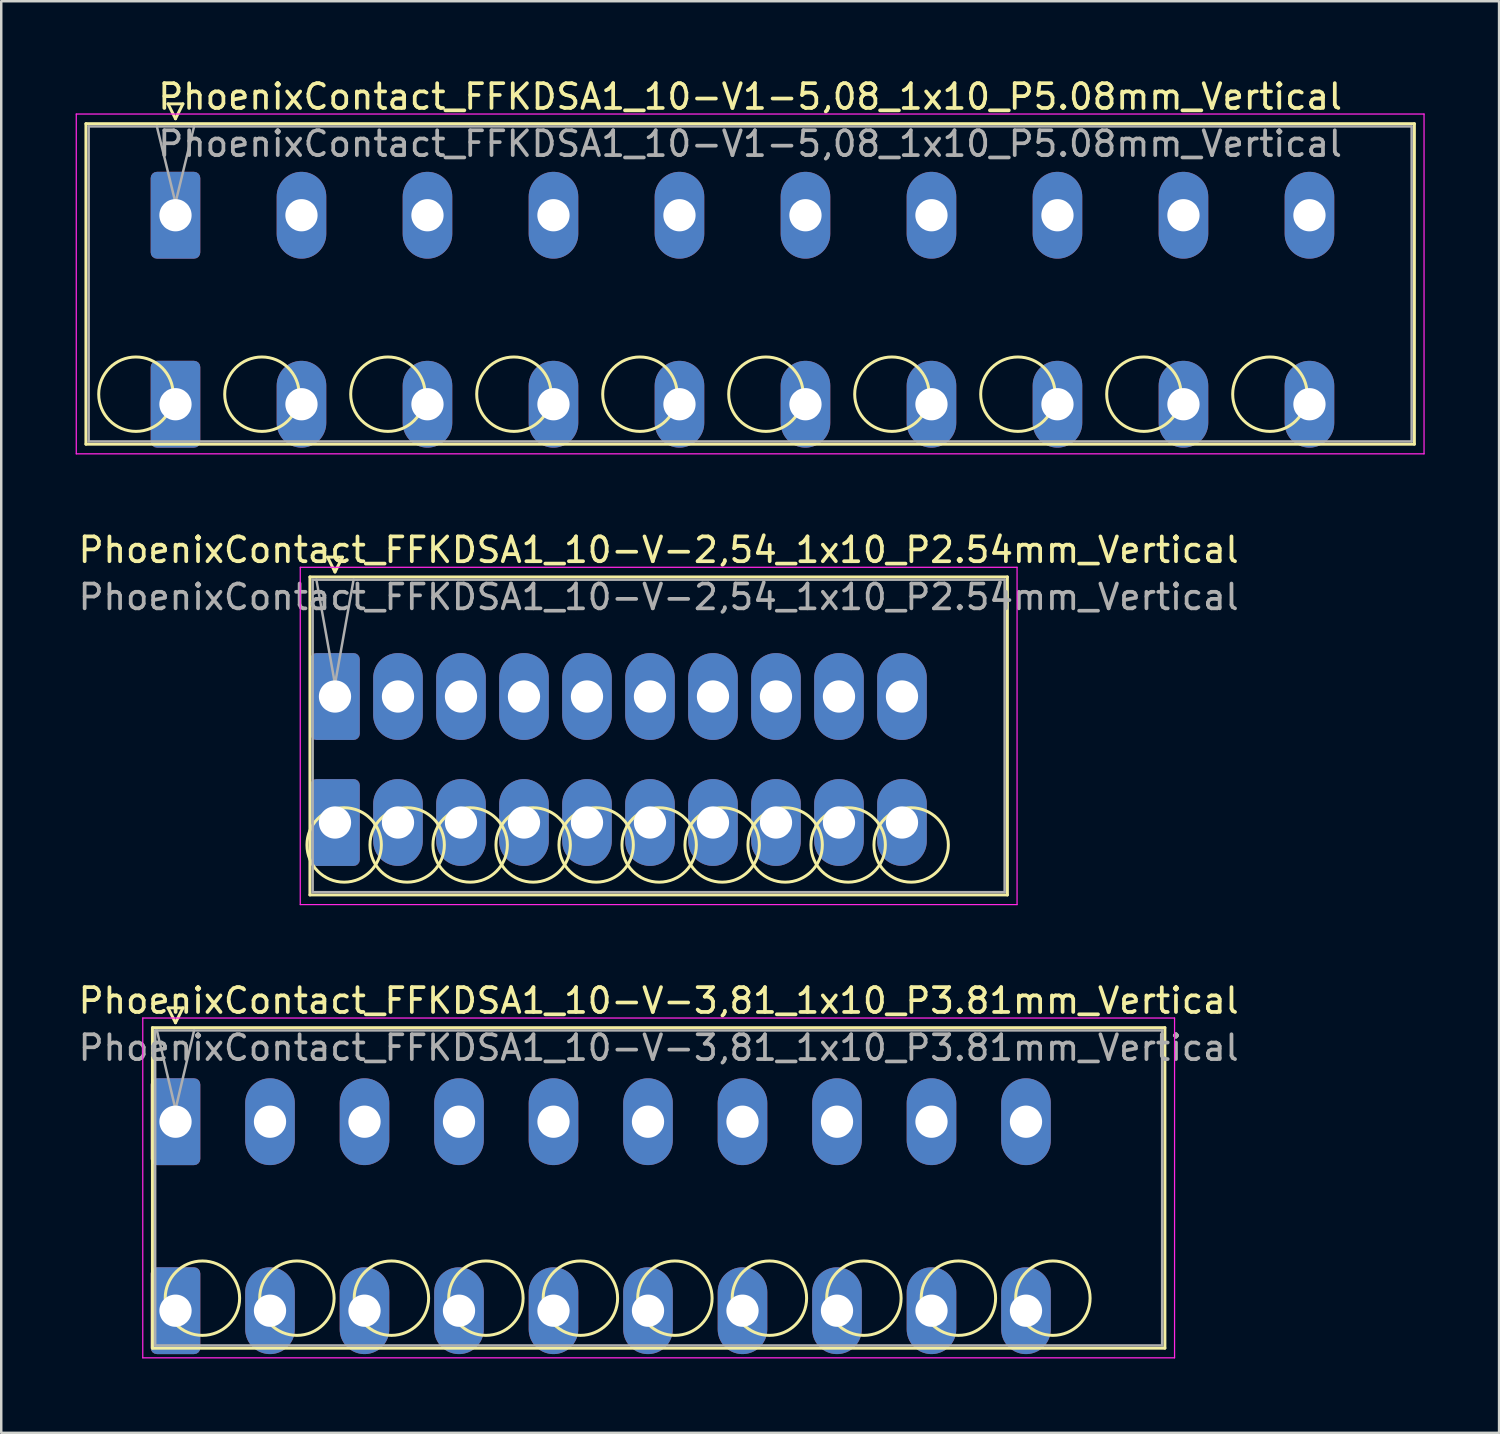
<source format=kicad_pcb>
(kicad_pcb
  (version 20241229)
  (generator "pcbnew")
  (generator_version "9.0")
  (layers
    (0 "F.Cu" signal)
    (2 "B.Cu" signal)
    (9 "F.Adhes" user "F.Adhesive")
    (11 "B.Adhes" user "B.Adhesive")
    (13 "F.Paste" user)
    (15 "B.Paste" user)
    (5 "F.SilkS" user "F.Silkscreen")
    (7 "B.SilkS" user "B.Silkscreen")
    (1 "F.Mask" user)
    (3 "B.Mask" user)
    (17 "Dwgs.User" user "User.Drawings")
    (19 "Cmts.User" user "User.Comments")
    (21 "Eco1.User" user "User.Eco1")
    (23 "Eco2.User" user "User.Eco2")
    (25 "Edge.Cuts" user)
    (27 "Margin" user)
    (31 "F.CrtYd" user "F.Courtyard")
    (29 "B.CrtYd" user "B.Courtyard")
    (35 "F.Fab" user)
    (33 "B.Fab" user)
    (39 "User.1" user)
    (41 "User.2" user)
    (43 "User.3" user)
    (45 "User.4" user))
  (footprint "PhoenixContact_FFKDSA1_10-V-3,81_1x10_P3.81mm_Vertical"
    (layer "F.Cu")
    (at 4.026 42.175)
    (property "Reference" "PhoenixContact_FFKDSA1_10-V-3,81_1x10_P3.81mm_Vertical" (at 19.48 -4.88 0) (layer "F.SilkS") (effects (font (size 1 1) (thickness 0.15))))
    (attr through_hole)
    (fp_line (start -0.93 -3.79) (end -0.93 9.13) (stroke (width 0.12) (type solid)) (layer "F.SilkS"))
    (fp_line (start -0.93 9.13) (end 39.89 9.13) (stroke (width 0.12) (type solid)) (layer "F.SilkS"))
    (fp_line (start -0.3 -4.59) (end 0.3 -4.59) (stroke (width 0.12) (type solid)) (layer "F.SilkS"))
    (fp_line (start 0 -3.99) (end -0.3 -4.59) (stroke (width 0.12) (type solid)) (layer "F.SilkS"))
    (fp_line (start 0.3 -4.59) (end 0 -3.99) (stroke (width 0.12) (type solid)) (layer "F.SilkS"))
    (fp_line (start 39.89 -3.79) (end -0.93 -3.79) (stroke (width 0.12) (type solid)) (layer "F.SilkS"))
    (fp_line (start 39.89 9.13) (end 39.89 -3.79) (stroke (width 0.12) (type solid)) (layer "F.SilkS"))
    (fp_circle (center 1.085 7.115) (end 2.585 7.115) (stroke (width 0.12) (type solid)) (fill no) (layer "F.SilkS"))
    (fp_circle (center 4.895 7.115) (end 6.395 7.115) (stroke (width 0.12) (type solid)) (fill no) (layer "F.SilkS"))
    (fp_circle (center 8.705 7.115) (end 10.205 7.115) (stroke (width 0.12) (type solid)) (fill no) (layer "F.SilkS"))
    (fp_circle (center 12.515 7.115) (end 14.015 7.115) (stroke (width 0.12) (type solid)) (fill no) (layer "F.SilkS"))
    (fp_circle (center 16.325 7.115) (end 17.825 7.115) (stroke (width 0.12) (type solid)) (fill no) (layer "F.SilkS"))
    (fp_circle (center 20.135 7.115) (end 21.635 7.115) (stroke (width 0.12) (type solid)) (fill no) (layer "F.SilkS"))
    (fp_circle (center 23.945 7.115) (end 25.445 7.115) (stroke (width 0.12) (type solid)) (fill no) (layer "F.SilkS"))
    (fp_circle (center 27.755 7.115) (end 29.255 7.115) (stroke (width 0.12) (type solid)) (fill no) (layer "F.SilkS"))
    (fp_circle (center 31.565 7.115) (end 33.065 7.115) (stroke (width 0.12) (type solid)) (fill no) (layer "F.SilkS"))
    (fp_circle (center 35.375 7.115) (end 36.875 7.115) (stroke (width 0.12) (type solid)) (fill no) (layer "F.SilkS"))
    (fp_line (start -1.32 -4.18) (end -1.32 9.52) (stroke (width 0.05) (type solid)) (layer "F.CrtYd"))
    (fp_line (start -1.32 9.52) (end 40.28 9.52) (stroke (width 0.05) (type solid)) (layer "F.CrtYd"))
    (fp_line (start 40.28 -4.18) (end -1.32 -4.18) (stroke (width 0.05) (type solid)) (layer "F.CrtYd"))
    (fp_line (start 40.28 9.52) (end 40.28 -4.18) (stroke (width 0.05) (type solid)) (layer "F.CrtYd"))
    (fp_line (start -0.82 -3.68) (end -0.82 9.02) (stroke (width 0.1) (type solid)) (layer "F.Fab"))
    (fp_line (start -0.82 9.02) (end 39.78 9.02) (stroke (width 0.1) (type solid)) (layer "F.Fab"))
    (fp_line (start 0 -0.5) (end -0.75 -3.68) (stroke (width 0.1) (type solid)) (layer "F.Fab"))
    (fp_line (start 0.75 -3.68) (end 0 -0.5) (stroke (width 0.1) (type solid)) (layer "F.Fab"))
    (fp_line (start 39.78 -3.68) (end -0.82 -3.68) (stroke (width 0.1) (type solid)) (layer "F.Fab"))
    (fp_line (start 39.78 9.02) (end 39.78 -3.68) (stroke (width 0.1) (type solid)) (layer "F.Fab"))
    (fp_text user "${REFERENCE}" (at 19.48 -2.98 0) (layer "F.Fab") (effects (font (size 1 1) (thickness 0.15))))
    (pad "1" thru_hole roundrect (at 0 0) (size 2 3.5) (drill 1.3) (layers "*.Cu" "*.Mask") (roundrect_rratio 0.125))
    (pad "1" thru_hole roundrect (at 0 7.62) (size 2 3.5) (drill 1.3) (layers "*.Cu" "*.Mask") (roundrect_rratio 0.125))
    (pad "2" thru_hole oval (at 3.81 0) (size 2 3.5) (drill 1.3) (layers "*.Cu" "*.Mask"))
    (pad "2" thru_hole oval (at 3.81 7.62) (size 2 3.5) (drill 1.3) (layers "*.Cu" "*.Mask"))
    (pad "3" thru_hole oval (at 7.62 0) (size 2 3.5) (drill 1.3) (layers "*.Cu" "*.Mask"))
    (pad "3" thru_hole oval (at 7.62 7.62) (size 2 3.5) (drill 1.3) (layers "*.Cu" "*.Mask"))
    (pad "4" thru_hole oval (at 11.43 0) (size 2 3.5) (drill 1.3) (layers "*.Cu" "*.Mask"))
    (pad "4" thru_hole oval (at 11.43 7.62) (size 2 3.5) (drill 1.3) (layers "*.Cu" "*.Mask"))
    (pad "5" thru_hole oval (at 15.24 0) (size 2 3.5) (drill 1.3) (layers "*.Cu" "*.Mask"))
    (pad "5" thru_hole oval (at 15.24 7.62) (size 2 3.5) (drill 1.3) (layers "*.Cu" "*.Mask"))
    (pad "6" thru_hole oval (at 19.05 0) (size 2 3.5) (drill 1.3) (layers "*.Cu" "*.Mask"))
    (pad "6" thru_hole oval (at 19.05 7.62) (size 2 3.5) (drill 1.3) (layers "*.Cu" "*.Mask"))
    (pad "7" thru_hole oval (at 22.86 0) (size 2 3.5) (drill 1.3) (layers "*.Cu" "*.Mask"))
    (pad "7" thru_hole oval (at 22.86 7.62) (size 2 3.5) (drill 1.3) (layers "*.Cu" "*.Mask"))
    (pad "8" thru_hole oval (at 26.67 0) (size 2 3.5) (drill 1.3) (layers "*.Cu" "*.Mask"))
    (pad "8" thru_hole oval (at 26.67 7.62) (size 2 3.5) (drill 1.3) (layers "*.Cu" "*.Mask"))
    (pad "9" thru_hole oval (at 30.48 0) (size 2 3.5) (drill 1.3) (layers "*.Cu" "*.Mask"))
    (pad "9" thru_hole oval (at 30.48 7.62) (size 2 3.5) (drill 1.3) (layers "*.Cu" "*.Mask"))
    (pad "10" thru_hole oval (at 34.29 0) (size 2 3.5) (drill 1.3) (layers "*.Cu" "*.Mask"))
    (pad "10" thru_hole oval (at 34.29 7.62) (size 2 3.5) (drill 1.3) (layers "*.Cu" "*.Mask")))
  (footprint "PhoenixContact_FFKDSA1_10-V-2,54_1x10_P2.54mm_Vertical"
    (layer "F.Cu")
    (at 10.456 25.032)
    (property "Reference" "PhoenixContact_FFKDSA1_10-V-2,54_1x10_P2.54mm_Vertical" (at 13.05 -5.91 0) (layer "F.SilkS") (effects (font (size 1 1) (thickness 0.15))))
    (attr through_hole)
    (fp_line (start -1.01 -4.82) (end -1.01 8) (stroke (width 0.12) (type solid)) (layer "F.SilkS"))
    (fp_line (start -1.01 8) (end 27.11 8) (stroke (width 0.12) (type solid)) (layer "F.SilkS"))
    (fp_line (start -0.3 -5.62) (end 0.3 -5.62) (stroke (width 0.12) (type solid)) (layer "F.SilkS"))
    (fp_line (start 0 -5.02) (end -0.3 -5.62) (stroke (width 0.12) (type solid)) (layer "F.SilkS"))
    (fp_line (start 0.3 -5.62) (end 0 -5.02) (stroke (width 0.12) (type solid)) (layer "F.SilkS"))
    (fp_line (start 27.11 -4.82) (end -1.01 -4.82) (stroke (width 0.12) (type solid)) (layer "F.SilkS"))
    (fp_line (start 27.11 8) (end 27.11 -4.82) (stroke (width 0.12) (type solid)) (layer "F.SilkS"))
    (fp_circle (center 0.37 5.985) (end 1.87 5.985) (stroke (width 0.12) (type solid)) (fill no) (layer "F.SilkS"))
    (fp_circle (center 2.91 5.985) (end 4.41 5.985) (stroke (width 0.12) (type solid)) (fill no) (layer "F.SilkS"))
    (fp_circle (center 5.45 5.985) (end 6.95 5.985) (stroke (width 0.12) (type solid)) (fill no) (layer "F.SilkS"))
    (fp_circle (center 7.99 5.985) (end 9.49 5.985) (stroke (width 0.12) (type solid)) (fill no) (layer "F.SilkS"))
    (fp_circle (center 10.53 5.985) (end 12.03 5.985) (stroke (width 0.12) (type solid)) (fill no) (layer "F.SilkS"))
    (fp_circle (center 13.07 5.985) (end 14.57 5.985) (stroke (width 0.12) (type solid)) (fill no) (layer "F.SilkS"))
    (fp_circle (center 15.61 5.985) (end 17.11 5.985) (stroke (width 0.12) (type solid)) (fill no) (layer "F.SilkS"))
    (fp_circle (center 18.15 5.985) (end 19.65 5.985) (stroke (width 0.12) (type solid)) (fill no) (layer "F.SilkS"))
    (fp_circle (center 20.69 5.985) (end 22.19 5.985) (stroke (width 0.12) (type solid)) (fill no) (layer "F.SilkS"))
    (fp_circle (center 23.23 5.985) (end 24.73 5.985) (stroke (width 0.12) (type solid)) (fill no) (layer "F.SilkS"))
    (fp_line (start -1.4 -5.21) (end -1.4 8.39) (stroke (width 0.05) (type solid)) (layer "F.CrtYd"))
    (fp_line (start -1.4 8.39) (end 27.5 8.39) (stroke (width 0.05) (type solid)) (layer "F.CrtYd"))
    (fp_line (start 27.5 -5.21) (end -1.4 -5.21) (stroke (width 0.05) (type solid)) (layer "F.CrtYd"))
    (fp_line (start 27.5 8.39) (end 27.5 -5.21) (stroke (width 0.05) (type solid)) (layer "F.CrtYd"))
    (fp_line (start -0.9 -4.71) (end -0.9 7.89) (stroke (width 0.1) (type solid)) (layer "F.Fab"))
    (fp_line (start -0.9 7.89) (end 27 7.89) (stroke (width 0.1) (type solid)) (layer "F.Fab"))
    (fp_line (start 0 -0.5) (end -0.75 -4.71) (stroke (width 0.1) (type solid)) (layer "F.Fab"))
    (fp_line (start 0.75 -4.71) (end 0 -0.5) (stroke (width 0.1) (type solid)) (layer "F.Fab"))
    (fp_line (start 27 -4.71) (end -0.9 -4.71) (stroke (width 0.1) (type solid)) (layer "F.Fab"))
    (fp_line (start 27 7.89) (end 27 -4.71) (stroke (width 0.1) (type solid)) (layer "F.Fab"))
    (fp_text user "${REFERENCE}" (at 13.05 -4.01 0) (layer "F.Fab") (effects (font (size 1 1) (thickness 0.15))))
    (pad "1" thru_hole roundrect (at 0 0) (size 2 3.5) (drill 1.3) (layers "*.Cu" "*.Mask") (roundrect_rratio 0.125))
    (pad "1" thru_hole roundrect (at 0 5.08) (size 2 3.5) (drill 1.3) (layers "*.Cu" "*.Mask") (roundrect_rratio 0.125))
    (pad "2" thru_hole oval (at 2.54 0) (size 2 3.5) (drill 1.3) (layers "*.Cu" "*.Mask"))
    (pad "2" thru_hole oval (at 2.54 5.08) (size 2 3.5) (drill 1.3) (layers "*.Cu" "*.Mask"))
    (pad "3" thru_hole oval (at 5.08 0) (size 2 3.5) (drill 1.3) (layers "*.Cu" "*.Mask"))
    (pad "3" thru_hole oval (at 5.08 5.08) (size 2 3.5) (drill 1.3) (layers "*.Cu" "*.Mask"))
    (pad "4" thru_hole oval (at 7.62 0) (size 2 3.5) (drill 1.3) (layers "*.Cu" "*.Mask"))
    (pad "4" thru_hole oval (at 7.62 5.08) (size 2 3.5) (drill 1.3) (layers "*.Cu" "*.Mask"))
    (pad "5" thru_hole oval (at 10.16 0) (size 2 3.5) (drill 1.3) (layers "*.Cu" "*.Mask"))
    (pad "5" thru_hole oval (at 10.16 5.08) (size 2 3.5) (drill 1.3) (layers "*.Cu" "*.Mask"))
    (pad "6" thru_hole oval (at 12.7 0) (size 2 3.5) (drill 1.3) (layers "*.Cu" "*.Mask"))
    (pad "6" thru_hole oval (at 12.7 5.08) (size 2 3.5) (drill 1.3) (layers "*.Cu" "*.Mask"))
    (pad "7" thru_hole oval (at 15.24 0) (size 2 3.5) (drill 1.3) (layers "*.Cu" "*.Mask"))
    (pad "7" thru_hole oval (at 15.24 5.08) (size 2 3.5) (drill 1.3) (layers "*.Cu" "*.Mask"))
    (pad "8" thru_hole oval (at 17.78 0) (size 2 3.5) (drill 1.3) (layers "*.Cu" "*.Mask"))
    (pad "8" thru_hole oval (at 17.78 5.08) (size 2 3.5) (drill 1.3) (layers "*.Cu" "*.Mask"))
    (pad "9" thru_hole oval (at 20.32 0) (size 2 3.5) (drill 1.3) (layers "*.Cu" "*.Mask"))
    (pad "9" thru_hole oval (at 20.32 5.08) (size 2 3.5) (drill 1.3) (layers "*.Cu" "*.Mask"))
    (pad "10" thru_hole oval (at 22.86 0) (size 2 3.5) (drill 1.3) (layers "*.Cu" "*.Mask"))
    (pad "10" thru_hole oval (at 22.86 5.08) (size 2 3.5) (drill 1.3) (layers "*.Cu" "*.Mask")))
  (footprint "PhoenixContact_FFKDSA1_10-V1-5,08_1x10_P5.08mm_Vertical"
    (layer "F.Cu")
    (at 4.025 5.628)
    (property "Reference" "PhoenixContact_FFKDSA1_10-V1-5,08_1x10_P5.08mm_Vertical" (at 23.17 -4.78 0) (layer "F.SilkS") (effects (font (size 1 1) (thickness 0.15))))
    (attr through_hole)
    (fp_line (start -3.61 -3.69) (end -3.61 9.23) (stroke (width 0.12) (type solid)) (layer "F.SilkS"))
    (fp_line (start -3.61 9.23) (end 49.95 9.23) (stroke (width 0.12) (type solid)) (layer "F.SilkS"))
    (fp_line (start -0.3 -4.49) (end 0.3 -4.49) (stroke (width 0.12) (type solid)) (layer "F.SilkS"))
    (fp_line (start 0 -3.89) (end -0.3 -4.49) (stroke (width 0.12) (type solid)) (layer "F.SilkS"))
    (fp_line (start 0.3 -4.49) (end 0 -3.89) (stroke (width 0.12) (type solid)) (layer "F.SilkS"))
    (fp_line (start 49.95 -3.69) (end -3.61 -3.69) (stroke (width 0.12) (type solid)) (layer "F.SilkS"))
    (fp_line (start 49.95 9.23) (end 49.95 -3.69) (stroke (width 0.12) (type solid)) (layer "F.SilkS"))
    (fp_circle (center -1.595 7.215) (end -0.095 7.215) (stroke (width 0.12) (type solid)) (fill no) (layer "F.SilkS"))
    (fp_circle (center 3.485 7.215) (end 4.985 7.215) (stroke (width 0.12) (type solid)) (fill no) (layer "F.SilkS"))
    (fp_circle (center 8.565 7.215) (end 10.065 7.215) (stroke (width 0.12) (type solid)) (fill no) (layer "F.SilkS"))
    (fp_circle (center 13.645 7.215) (end 15.145 7.215) (stroke (width 0.12) (type solid)) (fill no) (layer "F.SilkS"))
    (fp_circle (center 18.725 7.215) (end 20.225 7.215) (stroke (width 0.12) (type solid)) (fill no) (layer "F.SilkS"))
    (fp_circle (center 23.805 7.215) (end 25.305 7.215) (stroke (width 0.12) (type solid)) (fill no) (layer "F.SilkS"))
    (fp_circle (center 28.885 7.215) (end 30.385 7.215) (stroke (width 0.12) (type solid)) (fill no) (layer "F.SilkS"))
    (fp_circle (center 33.965 7.215) (end 35.465 7.215) (stroke (width 0.12) (type solid)) (fill no) (layer "F.SilkS"))
    (fp_circle (center 39.045 7.215) (end 40.545 7.215) (stroke (width 0.12) (type solid)) (fill no) (layer "F.SilkS"))
    (fp_circle (center 44.125 7.215) (end 45.625 7.215) (stroke (width 0.12) (type solid)) (fill no) (layer "F.SilkS"))
    (fp_line (start -4 -4.08) (end -4 9.62) (stroke (width 0.05) (type solid)) (layer "F.CrtYd"))
    (fp_line (start -4 9.62) (end 50.34 9.62) (stroke (width 0.05) (type solid)) (layer "F.CrtYd"))
    (fp_line (start 50.34 -4.08) (end -4 -4.08) (stroke (width 0.05) (type solid)) (layer "F.CrtYd"))
    (fp_line (start 50.34 9.62) (end 50.34 -4.08) (stroke (width 0.05) (type solid)) (layer "F.CrtYd"))
    (fp_line (start -3.5 -3.58) (end -3.5 9.12) (stroke (width 0.1) (type solid)) (layer "F.Fab"))
    (fp_line (start -3.5 9.12) (end 49.84 9.12) (stroke (width 0.1) (type solid)) (layer "F.Fab"))
    (fp_line (start 0 -0.5) (end -0.75 -3.58) (stroke (width 0.1) (type solid)) (layer "F.Fab"))
    (fp_line (start 0.75 -3.58) (end 0 -0.5) (stroke (width 0.1) (type solid)) (layer "F.Fab"))
    (fp_line (start 49.84 -3.58) (end -3.5 -3.58) (stroke (width 0.1) (type solid)) (layer "F.Fab"))
    (fp_line (start 49.84 9.12) (end 49.84 -3.58) (stroke (width 0.1) (type solid)) (layer "F.Fab"))
    (fp_text user "${REFERENCE}" (at 23.17 -2.88 0) (layer "F.Fab") (effects (font (size 1 1) (thickness 0.15))))
    (pad "1" thru_hole roundrect (at 0 0) (size 2 3.5) (drill 1.3) (layers "*.Cu" "*.Mask") (roundrect_rratio 0.125))
    (pad "1" thru_hole roundrect (at 0 7.62) (size 2 3.5) (drill 1.3) (layers "*.Cu" "*.Mask") (roundrect_rratio 0.125))
    (pad "2" thru_hole oval (at 5.08 0) (size 2 3.5) (drill 1.3) (layers "*.Cu" "*.Mask"))
    (pad "2" thru_hole oval (at 5.08 7.62) (size 2 3.5) (drill 1.3) (layers "*.Cu" "*.Mask"))
    (pad "3" thru_hole oval (at 10.16 0) (size 2 3.5) (drill 1.3) (layers "*.Cu" "*.Mask"))
    (pad "3" thru_hole oval (at 10.16 7.62) (size 2 3.5) (drill 1.3) (layers "*.Cu" "*.Mask"))
    (pad "4" thru_hole oval (at 15.24 0) (size 2 3.5) (drill 1.3) (layers "*.Cu" "*.Mask"))
    (pad "4" thru_hole oval (at 15.24 7.62) (size 2 3.5) (drill 1.3) (layers "*.Cu" "*.Mask"))
    (pad "5" thru_hole oval (at 20.32 0) (size 2 3.5) (drill 1.3) (layers "*.Cu" "*.Mask"))
    (pad "5" thru_hole oval (at 20.32 7.62) (size 2 3.5) (drill 1.3) (layers "*.Cu" "*.Mask"))
    (pad "6" thru_hole oval (at 25.4 0) (size 2 3.5) (drill 1.3) (layers "*.Cu" "*.Mask"))
    (pad "6" thru_hole oval (at 25.4 7.62) (size 2 3.5) (drill 1.3) (layers "*.Cu" "*.Mask"))
    (pad "7" thru_hole oval (at 30.48 0) (size 2 3.5) (drill 1.3) (layers "*.Cu" "*.Mask"))
    (pad "7" thru_hole oval (at 30.48 7.62) (size 2 3.5) (drill 1.3) (layers "*.Cu" "*.Mask"))
    (pad "8" thru_hole oval (at 35.56 0) (size 2 3.5) (drill 1.3) (layers "*.Cu" "*.Mask"))
    (pad "8" thru_hole oval (at 35.56 7.62) (size 2 3.5) (drill 1.3) (layers "*.Cu" "*.Mask"))
    (pad "9" thru_hole oval (at 40.64 0) (size 2 3.5) (drill 1.3) (layers "*.Cu" "*.Mask"))
    (pad "9" thru_hole oval (at 40.64 7.62) (size 2 3.5) (drill 1.3) (layers "*.Cu" "*.Mask"))
    (pad "10" thru_hole oval (at 45.72 0) (size 2 3.5) (drill 1.3) (layers "*.Cu" "*.Mask"))
    (pad "10" thru_hole oval (at 45.72 7.62) (size 2 3.5) (drill 1.3) (layers "*.Cu" "*.Mask")))
  (gr_rect
    (start -3 -3)
    (end 57.39 54.72)
    (stroke (width 0.1) (type default))
    (fill no)
    (layer "Edge.Cuts")))
</source>
